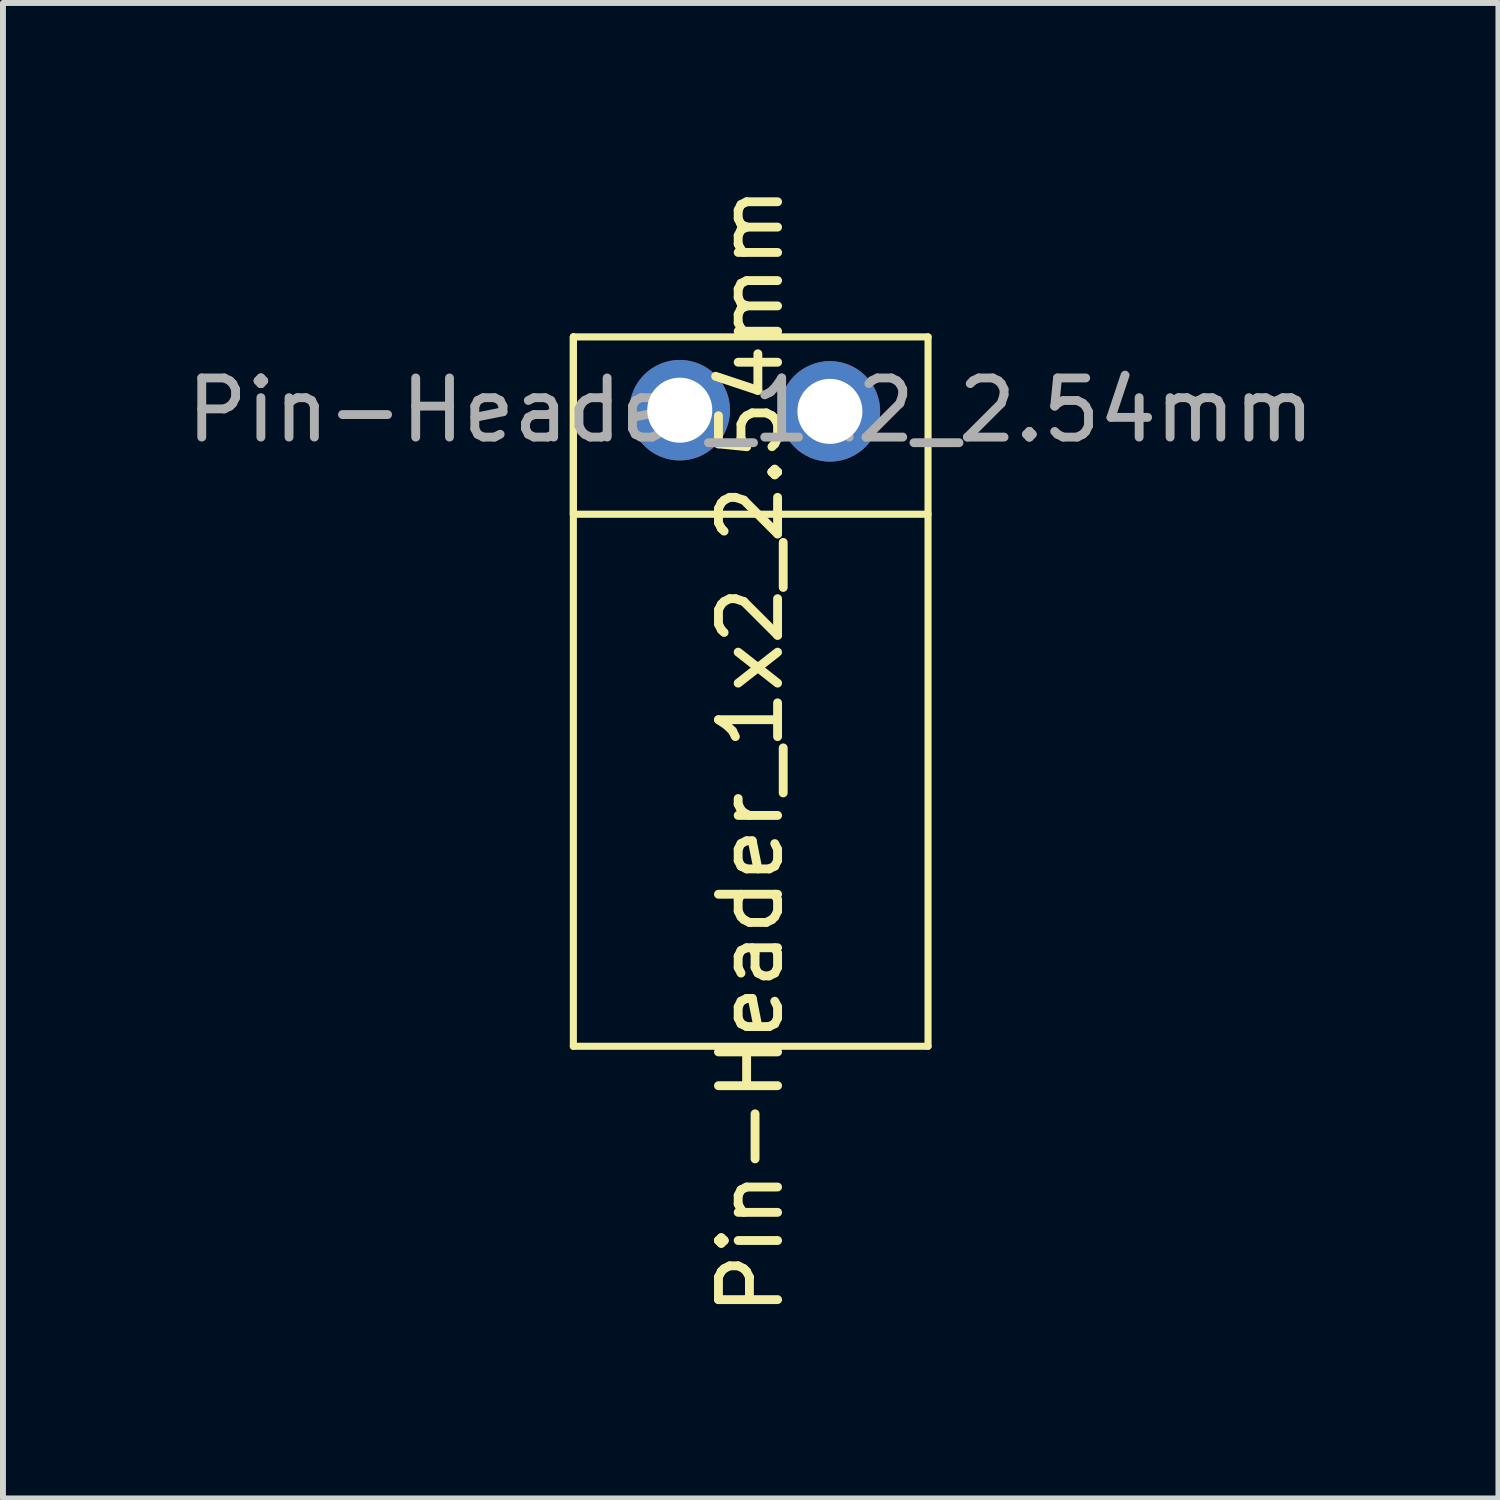
<source format=kicad_pcb>
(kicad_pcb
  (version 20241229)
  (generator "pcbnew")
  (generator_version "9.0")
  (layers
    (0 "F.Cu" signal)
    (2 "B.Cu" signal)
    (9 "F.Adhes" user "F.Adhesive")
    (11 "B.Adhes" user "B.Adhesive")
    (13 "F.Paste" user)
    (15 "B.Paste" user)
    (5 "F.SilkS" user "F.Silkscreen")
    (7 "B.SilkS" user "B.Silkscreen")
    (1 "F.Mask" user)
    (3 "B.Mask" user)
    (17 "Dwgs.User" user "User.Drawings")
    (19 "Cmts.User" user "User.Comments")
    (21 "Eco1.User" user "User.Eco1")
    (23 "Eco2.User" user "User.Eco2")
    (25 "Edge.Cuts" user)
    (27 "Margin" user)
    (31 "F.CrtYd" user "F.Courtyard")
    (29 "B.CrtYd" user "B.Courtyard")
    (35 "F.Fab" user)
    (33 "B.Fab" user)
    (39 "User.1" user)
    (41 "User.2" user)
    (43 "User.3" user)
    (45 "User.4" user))
  (footprint "Pin-Header_1x2_2.54mm"
    (layer "F.Cu")
    (at 9.649 0.649)
    (property "Reference" "Pin-Header_1x2_2.54mm" (at 0 9 90) (layer "F.SilkS") (effects (font (size 1 1) (thickness 0.15))))
    (attr through_hole)
    (fp_line (start -3 2) (end -3 5) (stroke (width 0.12) (type solid)) (layer "F.SilkS"))
    (fp_line (start -3 2) (end 3 2) (stroke (width 0.12) (type solid)) (layer "F.SilkS"))
    (fp_line (start -3 5) (end 3 5) (stroke (width 0.12) (type solid)) (layer "F.SilkS"))
    (fp_line (start -3 14) (end -3 2) (stroke (width 0.12) (type solid)) (layer "F.SilkS"))
    (fp_line (start 3 2) (end 3 14) (stroke (width 0.12) (type solid)) (layer "F.SilkS"))
    (fp_line (start 3 14) (end -3 14) (stroke (width 0.12) (type solid)) (layer "F.SilkS"))
    (fp_text user "${REFERENCE}" (at 0 3.24 0) (layer "F.Fab") (effects (font (size 1 1) (thickness 0.15))))
    (pad "1" thru_hole circle (at -1.2 3.24) (size 1.7 1.7) (drill 1.1) (layers "*.Cu" "*.Mask"))
    (pad "2" thru_hole circle (at 1.34 3.26) (size 1.7 1.7) (drill 1.1) (layers "*.Cu" "*.Mask")))
  (gr_rect
    (start -3 -3)
    (end 22.298 22.298)
    (stroke (width 0.1) (type default))
    (fill no)
    (layer "Edge.Cuts")))
</source>
